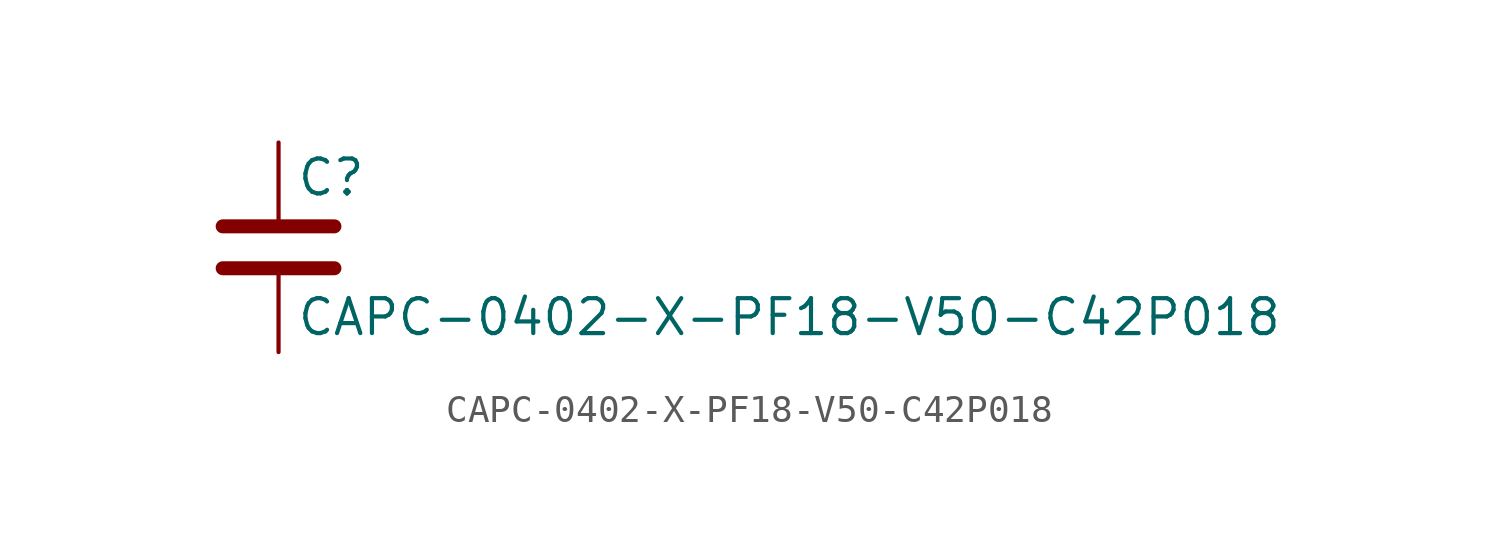
<source format=kicad_sym>
(kicad_symbol_lib
  (version 20211014)
  (generator kicad_symbol_editor)
  (symbol "CAPC-0402-X-PF18-V50-C42P018"
    (pin_numbers hide)
    (pin_names
      (offset 0.254))
    (property "Reference" "C"
      (at 0.635 2.54 0)
      (effects (font (size 1.27 1.27)) (justify left)))
    (property "Value" "CAPC-0402-X-PF18-V50-C42P018"
      (at 0.635 -2.54 0)
      (effects (font (size 1.27 1.27)) (justify left)))
    (symbol "CAPC-0402-X-PF18-V50-C42P018_0_1"
      (polyline (pts (xy -2.032 -0.762) (xy 2.032 -0.762)) (stroke (width 0.508) (type default) (color 0 0 0 0)) (fill (type none)))
      (polyline (pts (xy -2.032 0.762) (xy 2.032 0.762)) (stroke (width 0.508) (type default) (color 0 0 0 0)) (fill (type none))))
    (symbol "CAPC-0402-X-PF18-V50-C42P018_1_1"
      (pin passive line (at 0 3.81 270) (length 2.794) (name "~" (effects (font (size 1.27 1.27)))) (number "1" (effects (font (size 1.27 1.27)))))
      (pin passive line (at 0 -3.81 90) (length 2.794) (name "~" (effects (font (size 1.27 1.27)))) (number "2" (effects (font (size 1.27 1.27))))))))
</source>
